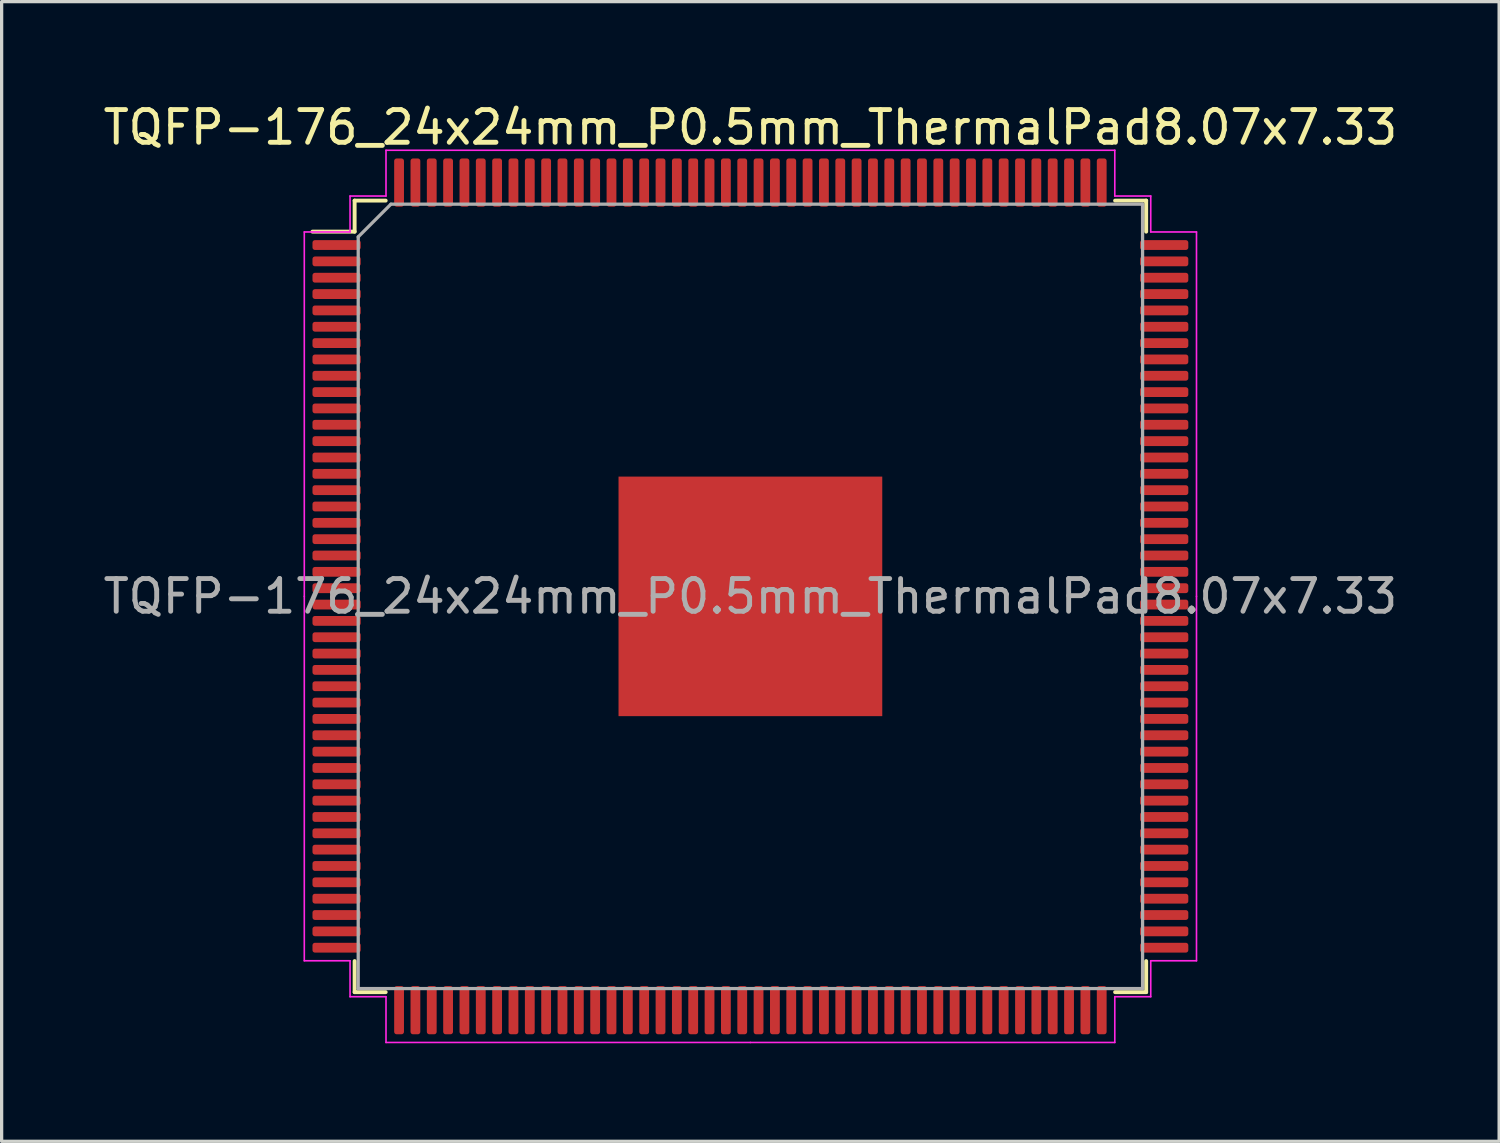
<source format=kicad_pcb>
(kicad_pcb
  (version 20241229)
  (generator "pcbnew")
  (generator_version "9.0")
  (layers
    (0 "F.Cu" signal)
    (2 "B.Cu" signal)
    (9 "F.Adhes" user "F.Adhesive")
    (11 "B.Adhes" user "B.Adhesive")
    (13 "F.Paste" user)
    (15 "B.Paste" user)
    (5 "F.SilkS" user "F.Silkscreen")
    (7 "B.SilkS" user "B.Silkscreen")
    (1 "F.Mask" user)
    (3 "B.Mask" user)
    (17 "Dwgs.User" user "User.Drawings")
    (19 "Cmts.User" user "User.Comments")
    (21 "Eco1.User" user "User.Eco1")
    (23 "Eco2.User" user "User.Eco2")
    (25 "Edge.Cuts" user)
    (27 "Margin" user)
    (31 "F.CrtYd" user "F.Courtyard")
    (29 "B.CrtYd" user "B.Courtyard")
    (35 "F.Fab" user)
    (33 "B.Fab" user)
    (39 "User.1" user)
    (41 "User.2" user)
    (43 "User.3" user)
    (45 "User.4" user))
  (footprint "TQFP-176_24x24mm_P0.5mm_ThermalPad8.07x7.33"
    (layer "F.Cu")
    (at 19.911 15.198)
    (property "Reference" "TQFP-176_24x24mm_P0.5mm_ThermalPad8.07x7.33" (at 0 -14.35 0) (layer "F.SilkS") (effects (font (size 1 1) (thickness 0.15))))
    (attr smd)
    (fp_line (start -12.11 -12.11) (end -12.11 -11.16) (stroke (width 0.12) (type solid)) (layer "F.SilkS"))
    (fp_line (start -12.11 -11.16) (end -13.4 -11.16) (stroke (width 0.12) (type solid)) (layer "F.SilkS"))
    (fp_line (start -12.11 12.11) (end -12.11 11.16) (stroke (width 0.12) (type solid)) (layer "F.SilkS"))
    (fp_line (start -11.16 -12.11) (end -12.11 -12.11) (stroke (width 0.12) (type solid)) (layer "F.SilkS"))
    (fp_line (start -11.16 12.11) (end -12.11 12.11) (stroke (width 0.12) (type solid)) (layer "F.SilkS"))
    (fp_line (start 11.16 -12.11) (end 12.11 -12.11) (stroke (width 0.12) (type solid)) (layer "F.SilkS"))
    (fp_line (start 11.16 12.11) (end 12.11 12.11) (stroke (width 0.12) (type solid)) (layer "F.SilkS"))
    (fp_line (start 12.11 -12.11) (end 12.11 -11.16) (stroke (width 0.12) (type solid)) (layer "F.SilkS"))
    (fp_line (start 12.11 12.11) (end 12.11 11.16) (stroke (width 0.12) (type solid)) (layer "F.SilkS"))
    (fp_line (start -13.65 -11.15) (end -13.65 0) (stroke (width 0.05) (type solid)) (layer "F.CrtYd"))
    (fp_line (start -13.65 11.15) (end -13.65 0) (stroke (width 0.05) (type solid)) (layer "F.CrtYd"))
    (fp_line (start -12.25 -12.25) (end -12.25 -11.15) (stroke (width 0.05) (type solid)) (layer "F.CrtYd"))
    (fp_line (start -12.25 -11.15) (end -13.65 -11.15) (stroke (width 0.05) (type solid)) (layer "F.CrtYd"))
    (fp_line (start -12.25 11.15) (end -13.65 11.15) (stroke (width 0.05) (type solid)) (layer "F.CrtYd"))
    (fp_line (start -12.25 12.25) (end -12.25 11.15) (stroke (width 0.05) (type solid)) (layer "F.CrtYd"))
    (fp_line (start -11.15 -13.65) (end -11.15 -12.25) (stroke (width 0.05) (type solid)) (layer "F.CrtYd"))
    (fp_line (start -11.15 -12.25) (end -12.25 -12.25) (stroke (width 0.05) (type solid)) (layer "F.CrtYd"))
    (fp_line (start -11.15 12.25) (end -12.25 12.25) (stroke (width 0.05) (type solid)) (layer "F.CrtYd"))
    (fp_line (start -11.15 13.65) (end -11.15 12.25) (stroke (width 0.05) (type solid)) (layer "F.CrtYd"))
    (fp_line (start 0 -13.65) (end -11.15 -13.65) (stroke (width 0.05) (type solid)) (layer "F.CrtYd"))
    (fp_line (start 0 -13.65) (end 11.15 -13.65) (stroke (width 0.05) (type solid)) (layer "F.CrtYd"))
    (fp_line (start 0 13.65) (end -11.15 13.65) (stroke (width 0.05) (type solid)) (layer "F.CrtYd"))
    (fp_line (start 0 13.65) (end 11.15 13.65) (stroke (width 0.05) (type solid)) (layer "F.CrtYd"))
    (fp_line (start 11.15 -13.65) (end 11.15 -12.25) (stroke (width 0.05) (type solid)) (layer "F.CrtYd"))
    (fp_line (start 11.15 -12.25) (end 12.25 -12.25) (stroke (width 0.05) (type solid)) (layer "F.CrtYd"))
    (fp_line (start 11.15 12.25) (end 12.25 12.25) (stroke (width 0.05) (type solid)) (layer "F.CrtYd"))
    (fp_line (start 11.15 13.65) (end 11.15 12.25) (stroke (width 0.05) (type solid)) (layer "F.CrtYd"))
    (fp_line (start 12.25 -12.25) (end 12.25 -11.15) (stroke (width 0.05) (type solid)) (layer "F.CrtYd"))
    (fp_line (start 12.25 -11.15) (end 13.65 -11.15) (stroke (width 0.05) (type solid)) (layer "F.CrtYd"))
    (fp_line (start 12.25 11.15) (end 13.65 11.15) (stroke (width 0.05) (type solid)) (layer "F.CrtYd"))
    (fp_line (start 12.25 12.25) (end 12.25 11.15) (stroke (width 0.05) (type solid)) (layer "F.CrtYd"))
    (fp_line (start 13.65 -11.15) (end 13.65 0) (stroke (width 0.05) (type solid)) (layer "F.CrtYd"))
    (fp_line (start 13.65 11.15) (end 13.65 0) (stroke (width 0.05) (type solid)) (layer "F.CrtYd"))
    (fp_line (start -12 -11) (end -11 -12) (stroke (width 0.1) (type solid)) (layer "F.Fab"))
    (fp_line (start -12 12) (end -12 -11) (stroke (width 0.1) (type solid)) (layer "F.Fab"))
    (fp_line (start -11 -12) (end 12 -12) (stroke (width 0.1) (type solid)) (layer "F.Fab"))
    (fp_line (start 12 -12) (end 12 12) (stroke (width 0.1) (type solid)) (layer "F.Fab"))
    (fp_line (start 12 12) (end -12 12) (stroke (width 0.1) (type solid)) (layer "F.Fab"))
    (fp_text user "${REFERENCE}" (at 0 0 0) (layer "F.Fab") (effects (font (size 1 1) (thickness 0.15))))
    (pad "1" smd roundrect (at -12.662 -10.75) (size 1.475 0.3) (layers "F.Cu" "F.Mask" "F.Paste") (roundrect_rratio 0.25))
    (pad "2" smd roundrect (at -12.662 -10.25) (size 1.475 0.3) (layers "F.Cu" "F.Mask" "F.Paste") (roundrect_rratio 0.25))
    (pad "3" smd roundrect (at -12.662 -9.75) (size 1.475 0.3) (layers "F.Cu" "F.Mask" "F.Paste") (roundrect_rratio 0.25))
    (pad "4" smd roundrect (at -12.662 -9.25) (size 1.475 0.3) (layers "F.Cu" "F.Mask" "F.Paste") (roundrect_rratio 0.25))
    (pad "5" smd roundrect (at -12.662 -8.75) (size 1.475 0.3) (layers "F.Cu" "F.Mask" "F.Paste") (roundrect_rratio 0.25))
    (pad "6" smd roundrect (at -12.662 -8.25) (size 1.475 0.3) (layers "F.Cu" "F.Mask" "F.Paste") (roundrect_rratio 0.25))
    (pad "7" smd roundrect (at -12.662 -7.75) (size 1.475 0.3) (layers "F.Cu" "F.Mask" "F.Paste") (roundrect_rratio 0.25))
    (pad "8" smd roundrect (at -12.662 -7.25) (size 1.475 0.3) (layers "F.Cu" "F.Mask" "F.Paste") (roundrect_rratio 0.25))
    (pad "9" smd roundrect (at -12.662 -6.75) (size 1.475 0.3) (layers "F.Cu" "F.Mask" "F.Paste") (roundrect_rratio 0.25))
    (pad "10" smd roundrect (at -12.662 -6.25) (size 1.475 0.3) (layers "F.Cu" "F.Mask" "F.Paste") (roundrect_rratio 0.25))
    (pad "11" smd roundrect (at -12.662 -5.75) (size 1.475 0.3) (layers "F.Cu" "F.Mask" "F.Paste") (roundrect_rratio 0.25))
    (pad "12" smd roundrect (at -12.662 -5.25) (size 1.475 0.3) (layers "F.Cu" "F.Mask" "F.Paste") (roundrect_rratio 0.25))
    (pad "13" smd roundrect (at -12.662 -4.75) (size 1.475 0.3) (layers "F.Cu" "F.Mask" "F.Paste") (roundrect_rratio 0.25))
    (pad "14" smd roundrect (at -12.662 -4.25) (size 1.475 0.3) (layers "F.Cu" "F.Mask" "F.Paste") (roundrect_rratio 0.25))
    (pad "15" smd roundrect (at -12.662 -3.75) (size 1.475 0.3) (layers "F.Cu" "F.Mask" "F.Paste") (roundrect_rratio 0.25))
    (pad "16" smd roundrect (at -12.662 -3.25) (size 1.475 0.3) (layers "F.Cu" "F.Mask" "F.Paste") (roundrect_rratio 0.25))
    (pad "17" smd roundrect (at -12.662 -2.75) (size 1.475 0.3) (layers "F.Cu" "F.Mask" "F.Paste") (roundrect_rratio 0.25))
    (pad "18" smd roundrect (at -12.662 -2.25) (size 1.475 0.3) (layers "F.Cu" "F.Mask" "F.Paste") (roundrect_rratio 0.25))
    (pad "19" smd roundrect (at -12.662 -1.75) (size 1.475 0.3) (layers "F.Cu" "F.Mask" "F.Paste") (roundrect_rratio 0.25))
    (pad "20" smd roundrect (at -12.662 -1.25) (size 1.475 0.3) (layers "F.Cu" "F.Mask" "F.Paste") (roundrect_rratio 0.25))
    (pad "21" smd roundrect (at -12.662 -0.75) (size 1.475 0.3) (layers "F.Cu" "F.Mask" "F.Paste") (roundrect_rratio 0.25))
    (pad "22" smd roundrect (at -12.662 -0.25) (size 1.475 0.3) (layers "F.Cu" "F.Mask" "F.Paste") (roundrect_rratio 0.25))
    (pad "23" smd roundrect (at -12.662 0.25) (size 1.475 0.3) (layers "F.Cu" "F.Mask" "F.Paste") (roundrect_rratio 0.25))
    (pad "24" smd roundrect (at -12.662 0.75) (size 1.475 0.3) (layers "F.Cu" "F.Mask" "F.Paste") (roundrect_rratio 0.25))
    (pad "25" smd roundrect (at -12.662 1.25) (size 1.475 0.3) (layers "F.Cu" "F.Mask" "F.Paste") (roundrect_rratio 0.25))
    (pad "26" smd roundrect (at -12.662 1.75) (size 1.475 0.3) (layers "F.Cu" "F.Mask" "F.Paste") (roundrect_rratio 0.25))
    (pad "27" smd roundrect (at -12.662 2.25) (size 1.475 0.3) (layers "F.Cu" "F.Mask" "F.Paste") (roundrect_rratio 0.25))
    (pad "28" smd roundrect (at -12.662 2.75) (size 1.475 0.3) (layers "F.Cu" "F.Mask" "F.Paste") (roundrect_rratio 0.25))
    (pad "29" smd roundrect (at -12.662 3.25) (size 1.475 0.3) (layers "F.Cu" "F.Mask" "F.Paste") (roundrect_rratio 0.25))
    (pad "30" smd roundrect (at -12.662 3.75) (size 1.475 0.3) (layers "F.Cu" "F.Mask" "F.Paste") (roundrect_rratio 0.25))
    (pad "31" smd roundrect (at -12.662 4.25) (size 1.475 0.3) (layers "F.Cu" "F.Mask" "F.Paste") (roundrect_rratio 0.25))
    (pad "32" smd roundrect (at -12.662 4.75) (size 1.475 0.3) (layers "F.Cu" "F.Mask" "F.Paste") (roundrect_rratio 0.25))
    (pad "33" smd roundrect (at -12.662 5.25) (size 1.475 0.3) (layers "F.Cu" "F.Mask" "F.Paste") (roundrect_rratio 0.25))
    (pad "34" smd roundrect (at -12.662 5.75) (size 1.475 0.3) (layers "F.Cu" "F.Mask" "F.Paste") (roundrect_rratio 0.25))
    (pad "35" smd roundrect (at -12.662 6.25) (size 1.475 0.3) (layers "F.Cu" "F.Mask" "F.Paste") (roundrect_rratio 0.25))
    (pad "36" smd roundrect (at -12.662 6.75) (size 1.475 0.3) (layers "F.Cu" "F.Mask" "F.Paste") (roundrect_rratio 0.25))
    (pad "37" smd roundrect (at -12.662 7.25) (size 1.475 0.3) (layers "F.Cu" "F.Mask" "F.Paste") (roundrect_rratio 0.25))
    (pad "38" smd roundrect (at -12.662 7.75) (size 1.475 0.3) (layers "F.Cu" "F.Mask" "F.Paste") (roundrect_rratio 0.25))
    (pad "39" smd roundrect (at -12.662 8.25) (size 1.475 0.3) (layers "F.Cu" "F.Mask" "F.Paste") (roundrect_rratio 0.25))
    (pad "40" smd roundrect (at -12.662 8.75) (size 1.475 0.3) (layers "F.Cu" "F.Mask" "F.Paste") (roundrect_rratio 0.25))
    (pad "41" smd roundrect (at -12.662 9.25) (size 1.475 0.3) (layers "F.Cu" "F.Mask" "F.Paste") (roundrect_rratio 0.25))
    (pad "42" smd roundrect (at -12.662 9.75) (size 1.475 0.3) (layers "F.Cu" "F.Mask" "F.Paste") (roundrect_rratio 0.25))
    (pad "43" smd roundrect (at -12.662 10.25) (size 1.475 0.3) (layers "F.Cu" "F.Mask" "F.Paste") (roundrect_rratio 0.25))
    (pad "44" smd roundrect (at -12.662 10.75) (size 1.475 0.3) (layers "F.Cu" "F.Mask" "F.Paste") (roundrect_rratio 0.25))
    (pad "45" smd roundrect (at -10.75 12.662) (size 0.3 1.475) (layers "F.Cu" "F.Mask" "F.Paste") (roundrect_rratio 0.25))
    (pad "46" smd roundrect (at -10.25 12.662) (size 0.3 1.475) (layers "F.Cu" "F.Mask" "F.Paste") (roundrect_rratio 0.25))
    (pad "47" smd roundrect (at -9.75 12.662) (size 0.3 1.475) (layers "F.Cu" "F.Mask" "F.Paste") (roundrect_rratio 0.25))
    (pad "48" smd roundrect (at -9.25 12.662) (size 0.3 1.475) (layers "F.Cu" "F.Mask" "F.Paste") (roundrect_rratio 0.25))
    (pad "49" smd roundrect (at -8.75 12.662) (size 0.3 1.475) (layers "F.Cu" "F.Mask" "F.Paste") (roundrect_rratio 0.25))
    (pad "50" smd roundrect (at -8.25 12.662) (size 0.3 1.475) (layers "F.Cu" "F.Mask" "F.Paste") (roundrect_rratio 0.25))
    (pad "51" smd roundrect (at -7.75 12.662) (size 0.3 1.475) (layers "F.Cu" "F.Mask" "F.Paste") (roundrect_rratio 0.25))
    (pad "52" smd roundrect (at -7.25 12.662) (size 0.3 1.475) (layers "F.Cu" "F.Mask" "F.Paste") (roundrect_rratio 0.25))
    (pad "53" smd roundrect (at -6.75 12.662) (size 0.3 1.475) (layers "F.Cu" "F.Mask" "F.Paste") (roundrect_rratio 0.25))
    (pad "54" smd roundrect (at -6.25 12.662) (size 0.3 1.475) (layers "F.Cu" "F.Mask" "F.Paste") (roundrect_rratio 0.25))
    (pad "55" smd roundrect (at -5.75 12.662) (size 0.3 1.475) (layers "F.Cu" "F.Mask" "F.Paste") (roundrect_rratio 0.25))
    (pad "56" smd roundrect (at -5.25 12.662) (size 0.3 1.475) (layers "F.Cu" "F.Mask" "F.Paste") (roundrect_rratio 0.25))
    (pad "57" smd roundrect (at -4.75 12.662) (size 0.3 1.475) (layers "F.Cu" "F.Mask" "F.Paste") (roundrect_rratio 0.25))
    (pad "58" smd roundrect (at -4.25 12.662) (size 0.3 1.475) (layers "F.Cu" "F.Mask" "F.Paste") (roundrect_rratio 0.25))
    (pad "59" smd roundrect (at -3.75 12.662) (size 0.3 1.475) (layers "F.Cu" "F.Mask" "F.Paste") (roundrect_rratio 0.25))
    (pad "60" smd roundrect (at -3.25 12.662) (size 0.3 1.475) (layers "F.Cu" "F.Mask" "F.Paste") (roundrect_rratio 0.25))
    (pad "61" smd roundrect (at -2.75 12.662) (size 0.3 1.475) (layers "F.Cu" "F.Mask" "F.Paste") (roundrect_rratio 0.25))
    (pad "62" smd roundrect (at -2.25 12.662) (size 0.3 1.475) (layers "F.Cu" "F.Mask" "F.Paste") (roundrect_rratio 0.25))
    (pad "63" smd roundrect (at -1.75 12.662) (size 0.3 1.475) (layers "F.Cu" "F.Mask" "F.Paste") (roundrect_rratio 0.25))
    (pad "64" smd roundrect (at -1.25 12.662) (size 0.3 1.475) (layers "F.Cu" "F.Mask" "F.Paste") (roundrect_rratio 0.25))
    (pad "65" smd roundrect (at -0.75 12.662) (size 0.3 1.475) (layers "F.Cu" "F.Mask" "F.Paste") (roundrect_rratio 0.25))
    (pad "66" smd roundrect (at -0.25 12.662) (size 0.3 1.475) (layers "F.Cu" "F.Mask" "F.Paste") (roundrect_rratio 0.25))
    (pad "67" smd roundrect (at 0.25 12.662) (size 0.3 1.475) (layers "F.Cu" "F.Mask" "F.Paste") (roundrect_rratio 0.25))
    (pad "68" smd roundrect (at 0.75 12.662) (size 0.3 1.475) (layers "F.Cu" "F.Mask" "F.Paste") (roundrect_rratio 0.25))
    (pad "69" smd roundrect (at 1.25 12.662) (size 0.3 1.475) (layers "F.Cu" "F.Mask" "F.Paste") (roundrect_rratio 0.25))
    (pad "70" smd roundrect (at 1.75 12.662) (size 0.3 1.475) (layers "F.Cu" "F.Mask" "F.Paste") (roundrect_rratio 0.25))
    (pad "71" smd roundrect (at 2.25 12.662) (size 0.3 1.475) (layers "F.Cu" "F.Mask" "F.Paste") (roundrect_rratio 0.25))
    (pad "72" smd roundrect (at 2.75 12.662) (size 0.3 1.475) (layers "F.Cu" "F.Mask" "F.Paste") (roundrect_rratio 0.25))
    (pad "73" smd roundrect (at 3.25 12.662) (size 0.3 1.475) (layers "F.Cu" "F.Mask" "F.Paste") (roundrect_rratio 0.25))
    (pad "74" smd roundrect (at 3.75 12.662) (size 0.3 1.475) (layers "F.Cu" "F.Mask" "F.Paste") (roundrect_rratio 0.25))
    (pad "75" smd roundrect (at 4.25 12.662) (size 0.3 1.475) (layers "F.Cu" "F.Mask" "F.Paste") (roundrect_rratio 0.25))
    (pad "76" smd roundrect (at 4.75 12.662) (size 0.3 1.475) (layers "F.Cu" "F.Mask" "F.Paste") (roundrect_rratio 0.25))
    (pad "77" smd roundrect (at 5.25 12.662) (size 0.3 1.475) (layers "F.Cu" "F.Mask" "F.Paste") (roundrect_rratio 0.25))
    (pad "78" smd roundrect (at 5.75 12.662) (size 0.3 1.475) (layers "F.Cu" "F.Mask" "F.Paste") (roundrect_rratio 0.25))
    (pad "79" smd roundrect (at 6.25 12.662) (size 0.3 1.475) (layers "F.Cu" "F.Mask" "F.Paste") (roundrect_rratio 0.25))
    (pad "80" smd roundrect (at 6.75 12.662) (size 0.3 1.475) (layers "F.Cu" "F.Mask" "F.Paste") (roundrect_rratio 0.25))
    (pad "81" smd roundrect (at 7.25 12.662) (size 0.3 1.475) (layers "F.Cu" "F.Mask" "F.Paste") (roundrect_rratio 0.25))
    (pad "82" smd roundrect (at 7.75 12.662) (size 0.3 1.475) (layers "F.Cu" "F.Mask" "F.Paste") (roundrect_rratio 0.25))
    (pad "83" smd roundrect (at 8.25 12.662) (size 0.3 1.475) (layers "F.Cu" "F.Mask" "F.Paste") (roundrect_rratio 0.25))
    (pad "84" smd roundrect (at 8.75 12.662) (size 0.3 1.475) (layers "F.Cu" "F.Mask" "F.Paste") (roundrect_rratio 0.25))
    (pad "85" smd roundrect (at 9.25 12.662) (size 0.3 1.475) (layers "F.Cu" "F.Mask" "F.Paste") (roundrect_rratio 0.25))
    (pad "86" smd roundrect (at 9.75 12.662) (size 0.3 1.475) (layers "F.Cu" "F.Mask" "F.Paste") (roundrect_rratio 0.25))
    (pad "87" smd roundrect (at 10.25 12.662) (size 0.3 1.475) (layers "F.Cu" "F.Mask" "F.Paste") (roundrect_rratio 0.25))
    (pad "88" smd roundrect (at 10.75 12.662) (size 0.3 1.475) (layers "F.Cu" "F.Mask" "F.Paste") (roundrect_rratio 0.25))
    (pad "89" smd roundrect (at 12.662 10.75) (size 1.475 0.3) (layers "F.Cu" "F.Mask" "F.Paste") (roundrect_rratio 0.25))
    (pad "90" smd roundrect (at 12.662 10.25) (size 1.475 0.3) (layers "F.Cu" "F.Mask" "F.Paste") (roundrect_rratio 0.25))
    (pad "91" smd roundrect (at 12.662 9.75) (size 1.475 0.3) (layers "F.Cu" "F.Mask" "F.Paste") (roundrect_rratio 0.25))
    (pad "92" smd roundrect (at 12.662 9.25) (size 1.475 0.3) (layers "F.Cu" "F.Mask" "F.Paste") (roundrect_rratio 0.25))
    (pad "93" smd roundrect (at 12.662 8.75) (size 1.475 0.3) (layers "F.Cu" "F.Mask" "F.Paste") (roundrect_rratio 0.25))
    (pad "94" smd roundrect (at 12.662 8.25) (size 1.475 0.3) (layers "F.Cu" "F.Mask" "F.Paste") (roundrect_rratio 0.25))
    (pad "95" smd roundrect (at 12.662 7.75) (size 1.475 0.3) (layers "F.Cu" "F.Mask" "F.Paste") (roundrect_rratio 0.25))
    (pad "96" smd roundrect (at 12.662 7.25) (size 1.475 0.3) (layers "F.Cu" "F.Mask" "F.Paste") (roundrect_rratio 0.25))
    (pad "97" smd roundrect (at 12.662 6.75) (size 1.475 0.3) (layers "F.Cu" "F.Mask" "F.Paste") (roundrect_rratio 0.25))
    (pad "98" smd roundrect (at 12.662 6.25) (size 1.475 0.3) (layers "F.Cu" "F.Mask" "F.Paste") (roundrect_rratio 0.25))
    (pad "99" smd roundrect (at 12.662 5.75) (size 1.475 0.3) (layers "F.Cu" "F.Mask" "F.Paste") (roundrect_rratio 0.25))
    (pad "100" smd roundrect (at 12.662 5.25) (size 1.475 0.3) (layers "F.Cu" "F.Mask" "F.Paste") (roundrect_rratio 0.25))
    (pad "101" smd roundrect (at 12.662 4.75) (size 1.475 0.3) (layers "F.Cu" "F.Mask" "F.Paste") (roundrect_rratio 0.25))
    (pad "102" smd roundrect (at 12.662 4.25) (size 1.475 0.3) (layers "F.Cu" "F.Mask" "F.Paste") (roundrect_rratio 0.25))
    (pad "103" smd roundrect (at 12.662 3.75) (size 1.475 0.3) (layers "F.Cu" "F.Mask" "F.Paste") (roundrect_rratio 0.25))
    (pad "104" smd roundrect (at 12.662 3.25) (size 1.475 0.3) (layers "F.Cu" "F.Mask" "F.Paste") (roundrect_rratio 0.25))
    (pad "105" smd roundrect (at 12.662 2.75) (size 1.475 0.3) (layers "F.Cu" "F.Mask" "F.Paste") (roundrect_rratio 0.25))
    (pad "106" smd roundrect (at 12.662 2.25) (size 1.475 0.3) (layers "F.Cu" "F.Mask" "F.Paste") (roundrect_rratio 0.25))
    (pad "107" smd roundrect (at 12.662 1.75) (size 1.475 0.3) (layers "F.Cu" "F.Mask" "F.Paste") (roundrect_rratio 0.25))
    (pad "108" smd roundrect (at 12.662 1.25) (size 1.475 0.3) (layers "F.Cu" "F.Mask" "F.Paste") (roundrect_rratio 0.25))
    (pad "109" smd roundrect (at 12.662 0.75) (size 1.475 0.3) (layers "F.Cu" "F.Mask" "F.Paste") (roundrect_rratio 0.25))
    (pad "110" smd roundrect (at 12.662 0.25) (size 1.475 0.3) (layers "F.Cu" "F.Mask" "F.Paste") (roundrect_rratio 0.25))
    (pad "111" smd roundrect (at 12.662 -0.25) (size 1.475 0.3) (layers "F.Cu" "F.Mask" "F.Paste") (roundrect_rratio 0.25))
    (pad "112" smd roundrect (at 12.662 -0.75) (size 1.475 0.3) (layers "F.Cu" "F.Mask" "F.Paste") (roundrect_rratio 0.25))
    (pad "113" smd roundrect (at 12.662 -1.25) (size 1.475 0.3) (layers "F.Cu" "F.Mask" "F.Paste") (roundrect_rratio 0.25))
    (pad "114" smd roundrect (at 12.662 -1.75) (size 1.475 0.3) (layers "F.Cu" "F.Mask" "F.Paste") (roundrect_rratio 0.25))
    (pad "115" smd roundrect (at 12.662 -2.25) (size 1.475 0.3) (layers "F.Cu" "F.Mask" "F.Paste") (roundrect_rratio 0.25))
    (pad "116" smd roundrect (at 12.662 -2.75) (size 1.475 0.3) (layers "F.Cu" "F.Mask" "F.Paste") (roundrect_rratio 0.25))
    (pad "117" smd roundrect (at 12.662 -3.25) (size 1.475 0.3) (layers "F.Cu" "F.Mask" "F.Paste") (roundrect_rratio 0.25))
    (pad "118" smd roundrect (at 12.662 -3.75) (size 1.475 0.3) (layers "F.Cu" "F.Mask" "F.Paste") (roundrect_rratio 0.25))
    (pad "119" smd roundrect (at 12.662 -4.25) (size 1.475 0.3) (layers "F.Cu" "F.Mask" "F.Paste") (roundrect_rratio 0.25))
    (pad "120" smd roundrect (at 12.662 -4.75) (size 1.475 0.3) (layers "F.Cu" "F.Mask" "F.Paste") (roundrect_rratio 0.25))
    (pad "121" smd roundrect (at 12.662 -5.25) (size 1.475 0.3) (layers "F.Cu" "F.Mask" "F.Paste") (roundrect_rratio 0.25))
    (pad "122" smd roundrect (at 12.662 -5.75) (size 1.475 0.3) (layers "F.Cu" "F.Mask" "F.Paste") (roundrect_rratio 0.25))
    (pad "123" smd roundrect (at 12.662 -6.25) (size 1.475 0.3) (layers "F.Cu" "F.Mask" "F.Paste") (roundrect_rratio 0.25))
    (pad "124" smd roundrect (at 12.662 -6.75) (size 1.475 0.3) (layers "F.Cu" "F.Mask" "F.Paste") (roundrect_rratio 0.25))
    (pad "125" smd roundrect (at 12.662 -7.25) (size 1.475 0.3) (layers "F.Cu" "F.Mask" "F.Paste") (roundrect_rratio 0.25))
    (pad "126" smd roundrect (at 12.662 -7.75) (size 1.475 0.3) (layers "F.Cu" "F.Mask" "F.Paste") (roundrect_rratio 0.25))
    (pad "127" smd roundrect (at 12.662 -8.25) (size 1.475 0.3) (layers "F.Cu" "F.Mask" "F.Paste") (roundrect_rratio 0.25))
    (pad "128" smd roundrect (at 12.662 -8.75) (size 1.475 0.3) (layers "F.Cu" "F.Mask" "F.Paste") (roundrect_rratio 0.25))
    (pad "129" smd roundrect (at 12.662 -9.25) (size 1.475 0.3) (layers "F.Cu" "F.Mask" "F.Paste") (roundrect_rratio 0.25))
    (pad "130" smd roundrect (at 12.662 -9.75) (size 1.475 0.3) (layers "F.Cu" "F.Mask" "F.Paste") (roundrect_rratio 0.25))
    (pad "131" smd roundrect (at 12.662 -10.25) (size 1.475 0.3) (layers "F.Cu" "F.Mask" "F.Paste") (roundrect_rratio 0.25))
    (pad "132" smd roundrect (at 12.662 -10.75) (size 1.475 0.3) (layers "F.Cu" "F.Mask" "F.Paste") (roundrect_rratio 0.25))
    (pad "133" smd roundrect (at 10.75 -12.662) (size 0.3 1.475) (layers "F.Cu" "F.Mask" "F.Paste") (roundrect_rratio 0.25))
    (pad "134" smd roundrect (at 10.25 -12.662) (size 0.3 1.475) (layers "F.Cu" "F.Mask" "F.Paste") (roundrect_rratio 0.25))
    (pad "135" smd roundrect (at 9.75 -12.662) (size 0.3 1.475) (layers "F.Cu" "F.Mask" "F.Paste") (roundrect_rratio 0.25))
    (pad "136" smd roundrect (at 9.25 -12.662) (size 0.3 1.475) (layers "F.Cu" "F.Mask" "F.Paste") (roundrect_rratio 0.25))
    (pad "137" smd roundrect (at 8.75 -12.662) (size 0.3 1.475) (layers "F.Cu" "F.Mask" "F.Paste") (roundrect_rratio 0.25))
    (pad "138" smd roundrect (at 8.25 -12.662) (size 0.3 1.475) (layers "F.Cu" "F.Mask" "F.Paste") (roundrect_rratio 0.25))
    (pad "139" smd roundrect (at 7.75 -12.662) (size 0.3 1.475) (layers "F.Cu" "F.Mask" "F.Paste") (roundrect_rratio 0.25))
    (pad "140" smd roundrect (at 7.25 -12.662) (size 0.3 1.475) (layers "F.Cu" "F.Mask" "F.Paste") (roundrect_rratio 0.25))
    (pad "141" smd roundrect (at 6.75 -12.662) (size 0.3 1.475) (layers "F.Cu" "F.Mask" "F.Paste") (roundrect_rratio 0.25))
    (pad "142" smd roundrect (at 6.25 -12.662) (size 0.3 1.475) (layers "F.Cu" "F.Mask" "F.Paste") (roundrect_rratio 0.25))
    (pad "143" smd roundrect (at 5.75 -12.662) (size 0.3 1.475) (layers "F.Cu" "F.Mask" "F.Paste") (roundrect_rratio 0.25))
    (pad "144" smd roundrect (at 5.25 -12.662) (size 0.3 1.475) (layers "F.Cu" "F.Mask" "F.Paste") (roundrect_rratio 0.25))
    (pad "145" smd roundrect (at 4.75 -12.662) (size 0.3 1.475) (layers "F.Cu" "F.Mask" "F.Paste") (roundrect_rratio 0.25))
    (pad "146" smd roundrect (at 4.25 -12.662) (size 0.3 1.475) (layers "F.Cu" "F.Mask" "F.Paste") (roundrect_rratio 0.25))
    (pad "147" smd roundrect (at 3.75 -12.662) (size 0.3 1.475) (layers "F.Cu" "F.Mask" "F.Paste") (roundrect_rratio 0.25))
    (pad "148" smd roundrect (at 3.25 -12.662) (size 0.3 1.475) (layers "F.Cu" "F.Mask" "F.Paste") (roundrect_rratio 0.25))
    (pad "149" smd roundrect (at 2.75 -12.662) (size 0.3 1.475) (layers "F.Cu" "F.Mask" "F.Paste") (roundrect_rratio 0.25))
    (pad "150" smd roundrect (at 2.25 -12.662) (size 0.3 1.475) (layers "F.Cu" "F.Mask" "F.Paste") (roundrect_rratio 0.25))
    (pad "151" smd roundrect (at 1.75 -12.662) (size 0.3 1.475) (layers "F.Cu" "F.Mask" "F.Paste") (roundrect_rratio 0.25))
    (pad "152" smd roundrect (at 1.25 -12.662) (size 0.3 1.475) (layers "F.Cu" "F.Mask" "F.Paste") (roundrect_rratio 0.25))
    (pad "153" smd roundrect (at 0.75 -12.662) (size 0.3 1.475) (layers "F.Cu" "F.Mask" "F.Paste") (roundrect_rratio 0.25))
    (pad "154" smd roundrect (at 0.25 -12.662) (size 0.3 1.475) (layers "F.Cu" "F.Mask" "F.Paste") (roundrect_rratio 0.25))
    (pad "155" smd roundrect (at -0.25 -12.662) (size 0.3 1.475) (layers "F.Cu" "F.Mask" "F.Paste") (roundrect_rratio 0.25))
    (pad "156" smd roundrect (at -0.75 -12.662) (size 0.3 1.475) (layers "F.Cu" "F.Mask" "F.Paste") (roundrect_rratio 0.25))
    (pad "157" smd roundrect (at -1.25 -12.662) (size 0.3 1.475) (layers "F.Cu" "F.Mask" "F.Paste") (roundrect_rratio 0.25))
    (pad "158" smd roundrect (at -1.75 -12.662) (size 0.3 1.475) (layers "F.Cu" "F.Mask" "F.Paste") (roundrect_rratio 0.25))
    (pad "159" smd roundrect (at -2.25 -12.662) (size 0.3 1.475) (layers "F.Cu" "F.Mask" "F.Paste") (roundrect_rratio 0.25))
    (pad "160" smd roundrect (at -2.75 -12.662) (size 0.3 1.475) (layers "F.Cu" "F.Mask" "F.Paste") (roundrect_rratio 0.25))
    (pad "161" smd roundrect (at -3.25 -12.662) (size 0.3 1.475) (layers "F.Cu" "F.Mask" "F.Paste") (roundrect_rratio 0.25))
    (pad "162" smd roundrect (at -3.75 -12.662) (size 0.3 1.475) (layers "F.Cu" "F.Mask" "F.Paste") (roundrect_rratio 0.25))
    (pad "163" smd roundrect (at -4.25 -12.662) (size 0.3 1.475) (layers "F.Cu" "F.Mask" "F.Paste") (roundrect_rratio 0.25))
    (pad "164" smd roundrect (at -4.75 -12.662) (size 0.3 1.475) (layers "F.Cu" "F.Mask" "F.Paste") (roundrect_rratio 0.25))
    (pad "165" smd roundrect (at -5.25 -12.662) (size 0.3 1.475) (layers "F.Cu" "F.Mask" "F.Paste") (roundrect_rratio 0.25))
    (pad "166" smd roundrect (at -5.75 -12.662) (size 0.3 1.475) (layers "F.Cu" "F.Mask" "F.Paste") (roundrect_rratio 0.25))
    (pad "167" smd roundrect (at -6.25 -12.662) (size 0.3 1.475) (layers "F.Cu" "F.Mask" "F.Paste") (roundrect_rratio 0.25))
    (pad "168" smd roundrect (at -6.75 -12.662) (size 0.3 1.475) (layers "F.Cu" "F.Mask" "F.Paste") (roundrect_rratio 0.25))
    (pad "169" smd roundrect (at -7.25 -12.662) (size 0.3 1.475) (layers "F.Cu" "F.Mask" "F.Paste") (roundrect_rratio 0.25))
    (pad "170" smd roundrect (at -7.75 -12.662) (size 0.3 1.475) (layers "F.Cu" "F.Mask" "F.Paste") (roundrect_rratio 0.25))
    (pad "171" smd roundrect (at -8.25 -12.662) (size 0.3 1.475) (layers "F.Cu" "F.Mask" "F.Paste") (roundrect_rratio 0.25))
    (pad "172" smd roundrect (at -8.75 -12.662) (size 0.3 1.475) (layers "F.Cu" "F.Mask" "F.Paste") (roundrect_rratio 0.25))
    (pad "173" smd roundrect (at -9.25 -12.662) (size 0.3 1.475) (layers "F.Cu" "F.Mask" "F.Paste") (roundrect_rratio 0.25))
    (pad "174" smd roundrect (at -9.75 -12.662) (size 0.3 1.475) (layers "F.Cu" "F.Mask" "F.Paste") (roundrect_rratio 0.25))
    (pad "175" smd roundrect (at -10.25 -12.662) (size 0.3 1.475) (layers "F.Cu" "F.Mask" "F.Paste") (roundrect_rratio 0.25))
    (pad "176" smd roundrect (at -10.75 -12.662) (size 0.3 1.475) (layers "F.Cu" "F.Mask" "F.Paste") (roundrect_rratio 0.25))
    (pad "177" smd rect (at 0 0) (size 8.07 7.33) (layers "F.Cu" "F.Mask" "F.Paste")))
  (gr_rect
    (start -3 -3)
    (end 42.821 31.873)
    (stroke (width 0.1) (type default))
    (fill no)
    (layer "Edge.Cuts")))
</source>
